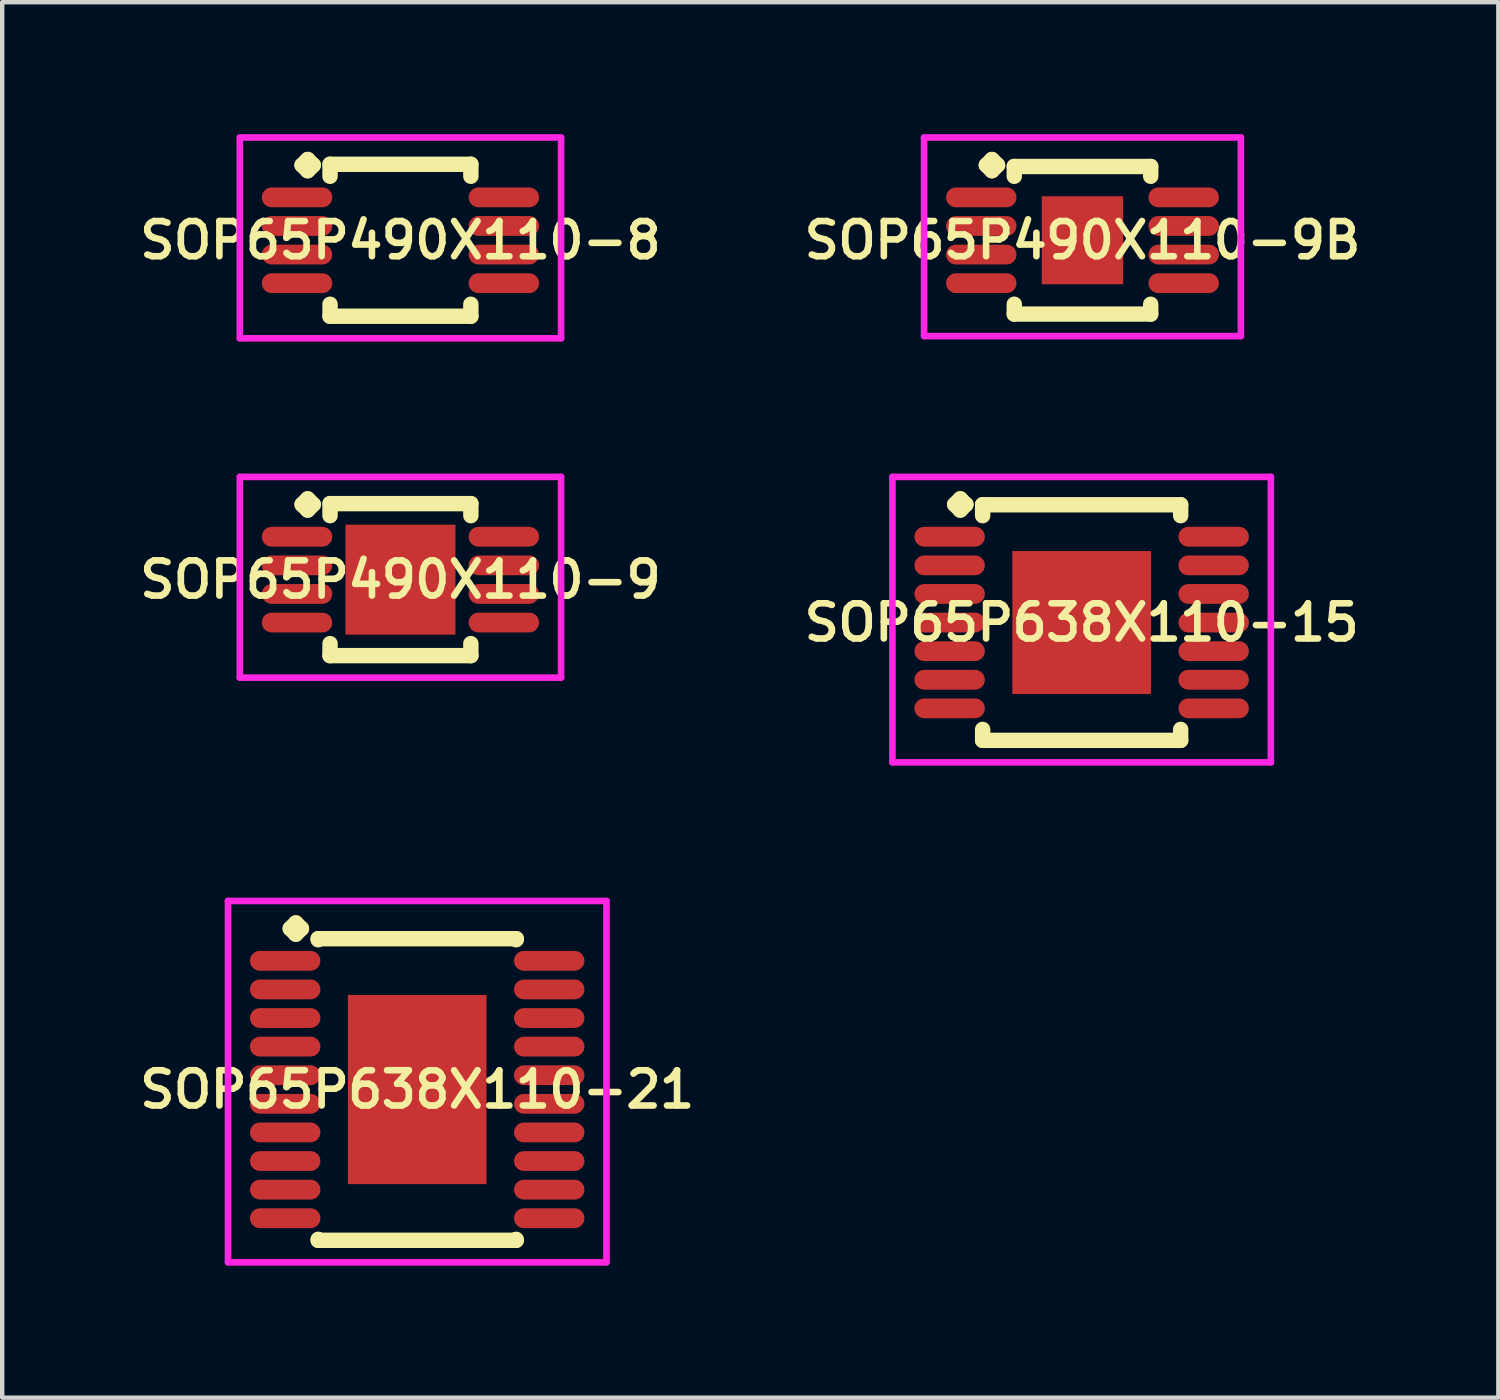
<source format=kicad_pcb>
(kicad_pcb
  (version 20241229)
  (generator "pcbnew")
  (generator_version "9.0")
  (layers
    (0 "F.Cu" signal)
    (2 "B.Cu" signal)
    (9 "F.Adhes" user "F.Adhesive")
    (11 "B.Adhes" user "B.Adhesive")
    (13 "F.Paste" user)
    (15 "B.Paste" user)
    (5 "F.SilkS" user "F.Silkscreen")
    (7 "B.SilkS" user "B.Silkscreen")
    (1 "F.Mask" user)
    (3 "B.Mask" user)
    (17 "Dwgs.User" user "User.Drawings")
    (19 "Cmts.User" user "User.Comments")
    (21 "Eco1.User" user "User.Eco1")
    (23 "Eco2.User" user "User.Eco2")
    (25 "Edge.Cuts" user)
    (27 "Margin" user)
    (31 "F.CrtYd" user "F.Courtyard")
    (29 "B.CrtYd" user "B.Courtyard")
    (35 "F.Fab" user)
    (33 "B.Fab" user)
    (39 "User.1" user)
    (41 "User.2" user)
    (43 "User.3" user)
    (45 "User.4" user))
  (footprint "SOP65P638X110-21"
    (layer "F.Cu")
    (at 6.431 21.709)
    (property "Reference" "SOP65P638X110-21" (at 0 0 0) (layer "F.SilkS") (effects (font (size 0.8 0.8) (thickness 0.15))))
    (attr smd)
    (fp_line (start -2.885 -3.658) (end -2.758 -3.785) (stroke (width 0.35) (type solid)) (layer "F.SilkS"))
    (fp_line (start -2.758 -3.785) (end -2.631 -3.658) (stroke (width 0.35) (type solid)) (layer "F.SilkS"))
    (fp_line (start -2.758 -3.531) (end -2.885 -3.658) (stroke (width 0.35) (type solid)) (layer "F.SilkS"))
    (fp_line (start -2.631 -3.658) (end -2.758 -3.531) (stroke (width 0.35) (type solid)) (layer "F.SilkS"))
    (fp_line (start -2.25 -3.427) (end 2.25 -3.427) (stroke (width 0.35) (type solid)) (layer "F.SilkS"))
    (fp_line (start -2.25 -3.404) (end -2.25 -3.427) (stroke (width 0.35) (type solid)) (layer "F.SilkS"))
    (fp_line (start -2.25 3.404) (end -2.25 3.427) (stroke (width 0.35) (type solid)) (layer "F.SilkS"))
    (fp_line (start -2.25 3.427) (end 2.25 3.427) (stroke (width 0.35) (type solid)) (layer "F.SilkS"))
    (fp_line (start 2.25 -3.427) (end 2.25 -3.404) (stroke (width 0.35) (type solid)) (layer "F.SilkS"))
    (fp_line (start 2.25 3.427) (end 2.25 3.404) (stroke (width 0.35) (type solid)) (layer "F.SilkS"))
    (fp_line (start -4.3 -4.285) (end 4.3 -4.285) (stroke (width 0.15) (type solid)) (layer "F.CrtYd"))
    (fp_line (start -4.3 3.927) (end -4.3 -4.285) (stroke (width 0.15) (type solid)) (layer "F.CrtYd"))
    (fp_line (start 4.3 -4.285) (end 4.3 3.927) (stroke (width 0.15) (type solid)) (layer "F.CrtYd"))
    (fp_line (start 4.3 3.927) (end -4.3 3.927) (stroke (width 0.15) (type solid)) (layer "F.CrtYd"))
    (pad "1" smd oval (at -3 -2.925) (size 1.6 0.45) (layers "F.Cu" "F.Mask" "F.Paste"))
    (pad "2" smd oval (at -3 -2.275) (size 1.6 0.45) (layers "F.Cu" "F.Mask" "F.Paste"))
    (pad "3" smd oval (at -3 -1.625) (size 1.6 0.45) (layers "F.Cu" "F.Mask" "F.Paste"))
    (pad "4" smd oval (at -3 -0.975) (size 1.6 0.45) (layers "F.Cu" "F.Mask" "F.Paste"))
    (pad "5" smd oval (at -3 -0.325) (size 1.6 0.45) (layers "F.Cu" "F.Mask" "F.Paste"))
    (pad "6" smd oval (at -3 0.325) (size 1.6 0.45) (layers "F.Cu" "F.Mask" "F.Paste"))
    (pad "7" smd oval (at -3 0.975) (size 1.6 0.45) (layers "F.Cu" "F.Mask" "F.Paste"))
    (pad "8" smd oval (at -3 1.625) (size 1.6 0.45) (layers "F.Cu" "F.Mask" "F.Paste"))
    (pad "9" smd oval (at -3 2.275) (size 1.6 0.45) (layers "F.Cu" "F.Mask" "F.Paste"))
    (pad "10" smd oval (at -3 2.925) (size 1.6 0.45) (layers "F.Cu" "F.Mask" "F.Paste"))
    (pad "11" smd oval (at 3 2.925) (size 1.6 0.45) (layers "F.Cu" "F.Mask" "F.Paste"))
    (pad "12" smd oval (at 3 2.275) (size 1.6 0.45) (layers "F.Cu" "F.Mask" "F.Paste"))
    (pad "13" smd oval (at 3 1.625) (size 1.6 0.45) (layers "F.Cu" "F.Mask" "F.Paste"))
    (pad "14" smd oval (at 3 0.975) (size 1.6 0.45) (layers "F.Cu" "F.Mask" "F.Paste"))
    (pad "15" smd oval (at 3 0.325) (size 1.6 0.45) (layers "F.Cu" "F.Mask" "F.Paste"))
    (pad "16" smd oval (at 3 -0.325) (size 1.6 0.45) (layers "F.Cu" "F.Mask" "F.Paste"))
    (pad "17" smd oval (at 3 -0.975) (size 1.6 0.45) (layers "F.Cu" "F.Mask" "F.Paste"))
    (pad "18" smd oval (at 3 -1.625) (size 1.6 0.45) (layers "F.Cu" "F.Mask" "F.Paste"))
    (pad "19" smd oval (at 3 -2.275) (size 1.6 0.45) (layers "F.Cu" "F.Mask" "F.Paste"))
    (pad "20" smd oval (at 3 -2.925) (size 1.6 0.45) (layers "F.Cu" "F.Mask" "F.Paste"))
    (pad "21" smd rect (at 0 0) (size 3.15 4.3) (layers "F.Cu" "F.Mask" "F.Paste")))
  (footprint "SOP65P638X110-15"
    (layer "F.Cu")
    (at 21.53 11.097)
    (property "Reference" "SOP65P638X110-15" (at 0 0 0) (layer "F.SilkS") (effects (font (size 0.8 0.8) (thickness 0.15))))
    (attr smd)
    (fp_line (start -2.885 -2.683) (end -2.758 -2.81) (stroke (width 0.35) (type solid)) (layer "F.SilkS"))
    (fp_line (start -2.758 -2.81) (end -2.631 -2.683) (stroke (width 0.35) (type solid)) (layer "F.SilkS"))
    (fp_line (start -2.758 -2.556) (end -2.885 -2.683) (stroke (width 0.35) (type solid)) (layer "F.SilkS"))
    (fp_line (start -2.631 -2.683) (end -2.758 -2.556) (stroke (width 0.35) (type solid)) (layer "F.SilkS"))
    (fp_line (start -2.25 -2.677) (end 2.25 -2.677) (stroke (width 0.35) (type solid)) (layer "F.SilkS"))
    (fp_line (start -2.25 -2.429) (end -2.25 -2.677) (stroke (width 0.35) (type solid)) (layer "F.SilkS"))
    (fp_line (start -2.25 2.429) (end -2.25 2.677) (stroke (width 0.35) (type solid)) (layer "F.SilkS"))
    (fp_line (start -2.25 2.677) (end 2.25 2.677) (stroke (width 0.35) (type solid)) (layer "F.SilkS"))
    (fp_line (start 2.25 -2.677) (end 2.25 -2.429) (stroke (width 0.35) (type solid)) (layer "F.SilkS"))
    (fp_line (start 2.25 2.677) (end 2.25 2.429) (stroke (width 0.35) (type solid)) (layer "F.SilkS"))
    (fp_line (start -4.3 -3.31) (end 4.3 -3.31) (stroke (width 0.15) (type solid)) (layer "F.CrtYd"))
    (fp_line (start -4.3 3.177) (end -4.3 -3.31) (stroke (width 0.15) (type solid)) (layer "F.CrtYd"))
    (fp_line (start 4.3 -3.31) (end 4.3 3.177) (stroke (width 0.15) (type solid)) (layer "F.CrtYd"))
    (fp_line (start 4.3 3.177) (end -4.3 3.177) (stroke (width 0.15) (type solid)) (layer "F.CrtYd"))
    (pad "1" smd oval (at -3 -1.95) (size 1.6 0.45) (layers "F.Cu" "F.Mask" "F.Paste"))
    (pad "2" smd oval (at -3 -1.3) (size 1.6 0.45) (layers "F.Cu" "F.Mask" "F.Paste"))
    (pad "3" smd oval (at -3 -0.65) (size 1.6 0.45) (layers "F.Cu" "F.Mask" "F.Paste"))
    (pad "4" smd oval (at -3 0) (size 1.6 0.45) (layers "F.Cu" "F.Mask" "F.Paste"))
    (pad "5" smd oval (at -3 0.65) (size 1.6 0.45) (layers "F.Cu" "F.Mask" "F.Paste"))
    (pad "6" smd oval (at -3 1.3) (size 1.6 0.45) (layers "F.Cu" "F.Mask" "F.Paste"))
    (pad "7" smd oval (at -3 1.95) (size 1.6 0.45) (layers "F.Cu" "F.Mask" "F.Paste"))
    (pad "8" smd oval (at 3 1.95) (size 1.6 0.45) (layers "F.Cu" "F.Mask" "F.Paste"))
    (pad "9" smd oval (at 3 1.3) (size 1.6 0.45) (layers "F.Cu" "F.Mask" "F.Paste"))
    (pad "10" smd oval (at 3 0.65) (size 1.6 0.45) (layers "F.Cu" "F.Mask" "F.Paste"))
    (pad "11" smd oval (at 3 0) (size 1.6 0.45) (layers "F.Cu" "F.Mask" "F.Paste"))
    (pad "12" smd oval (at 3 -0.65) (size 1.6 0.45) (layers "F.Cu" "F.Mask" "F.Paste"))
    (pad "13" smd oval (at 3 -1.3) (size 1.6 0.45) (layers "F.Cu" "F.Mask" "F.Paste"))
    (pad "14" smd oval (at 3 -1.95) (size 1.6 0.45) (layers "F.Cu" "F.Mask" "F.Paste"))
    (pad "15" smd rect (at 0 0) (size 3.15 3.25) (layers "F.Cu" "F.Mask" "F.Paste")))
  (footprint "SOP65P490X110-9B"
    (layer "F.Cu")
    (at 21.549 2.41)
    (property "Reference" "SOP65P490X110-9B" (at 0 0 0) (layer "F.SilkS") (effects (font (size 0.8 0.8) (thickness 0.15))))
    (attr smd)
    (fp_line (start -2.185 -1.708) (end -2.058 -1.835) (stroke (width 0.35) (type solid)) (layer "F.SilkS"))
    (fp_line (start -2.058 -1.835) (end -1.931 -1.708) (stroke (width 0.35) (type solid)) (layer "F.SilkS"))
    (fp_line (start -2.058 -1.581) (end -2.185 -1.708) (stroke (width 0.35) (type solid)) (layer "F.SilkS"))
    (fp_line (start -1.931 -1.708) (end -2.058 -1.581) (stroke (width 0.35) (type solid)) (layer "F.SilkS"))
    (fp_line (start -1.55 -1.677) (end 1.55 -1.677) (stroke (width 0.35) (type solid)) (layer "F.SilkS"))
    (fp_line (start -1.55 -1.454) (end -1.55 -1.677) (stroke (width 0.35) (type solid)) (layer "F.SilkS"))
    (fp_line (start -1.55 1.454) (end -1.55 1.677) (stroke (width 0.35) (type solid)) (layer "F.SilkS"))
    (fp_line (start -1.55 1.677) (end 1.55 1.677) (stroke (width 0.35) (type solid)) (layer "F.SilkS"))
    (fp_line (start 1.55 -1.677) (end 1.55 -1.454) (stroke (width 0.35) (type solid)) (layer "F.SilkS"))
    (fp_line (start 1.55 1.677) (end 1.55 1.454) (stroke (width 0.35) (type solid)) (layer "F.SilkS"))
    (fp_line (start -3.6 -2.335) (end 3.6 -2.335) (stroke (width 0.15) (type solid)) (layer "F.CrtYd"))
    (fp_line (start -3.6 2.177) (end -3.6 -2.335) (stroke (width 0.15) (type solid)) (layer "F.CrtYd"))
    (fp_line (start 3.6 -2.335) (end 3.6 2.177) (stroke (width 0.15) (type solid)) (layer "F.CrtYd"))
    (fp_line (start 3.6 2.177) (end -3.6 2.177) (stroke (width 0.15) (type solid)) (layer "F.CrtYd"))
    (pad "1" smd oval (at -2.3 -0.975) (size 1.6 0.45) (layers "F.Cu" "F.Mask" "F.Paste"))
    (pad "2" smd oval (at -2.3 -0.325) (size 1.6 0.45) (layers "F.Cu" "F.Mask" "F.Paste"))
    (pad "3" smd oval (at -2.3 0.325) (size 1.6 0.45) (layers "F.Cu" "F.Mask" "F.Paste"))
    (pad "4" smd oval (at -2.3 0.975) (size 1.6 0.45) (layers "F.Cu" "F.Mask" "F.Paste"))
    (pad "5" smd oval (at 2.3 0.975) (size 1.6 0.45) (layers "F.Cu" "F.Mask" "F.Paste"))
    (pad "6" smd oval (at 2.3 0.325) (size 1.6 0.45) (layers "F.Cu" "F.Mask" "F.Paste"))
    (pad "7" smd oval (at 2.3 -0.325) (size 1.6 0.45) (layers "F.Cu" "F.Mask" "F.Paste"))
    (pad "8" smd oval (at 2.3 -0.975) (size 1.6 0.45) (layers "F.Cu" "F.Mask" "F.Paste"))
    (pad "9" smd rect (at 0 0) (size 1.85 2) (layers "F.Cu" "F.Mask" "F.Paste")))
  (footprint "SOP65P490X110-8"
    (layer "F.Cu")
    (at 6.05 2.41)
    (property "Reference" "SOP65P490X110-8" (at 0 0 0) (layer "F.SilkS") (effects (font (size 0.8 0.8) (thickness 0.15))))
    (attr smd)
    (fp_line (start -2.235 -1.708) (end -2.108 -1.835) (stroke (width 0.35) (type solid)) (layer "F.SilkS"))
    (fp_line (start -2.108 -1.835) (end -1.981 -1.708) (stroke (width 0.35) (type solid)) (layer "F.SilkS"))
    (fp_line (start -2.108 -1.581) (end -2.235 -1.708) (stroke (width 0.35) (type solid)) (layer "F.SilkS"))
    (fp_line (start -1.981 -1.708) (end -2.108 -1.581) (stroke (width 0.35) (type solid)) (layer "F.SilkS"))
    (fp_line (start -1.6 -1.727) (end 1.6 -1.727) (stroke (width 0.35) (type solid)) (layer "F.SilkS"))
    (fp_line (start -1.6 -1.454) (end -1.6 -1.727) (stroke (width 0.35) (type solid)) (layer "F.SilkS"))
    (fp_line (start -1.6 1.454) (end -1.6 1.727) (stroke (width 0.35) (type solid)) (layer "F.SilkS"))
    (fp_line (start -1.6 1.727) (end 1.6 1.727) (stroke (width 0.35) (type solid)) (layer "F.SilkS"))
    (fp_line (start 1.6 -1.727) (end 1.6 -1.454) (stroke (width 0.35) (type solid)) (layer "F.SilkS"))
    (fp_line (start 1.6 1.727) (end 1.6 1.454) (stroke (width 0.35) (type solid)) (layer "F.SilkS"))
    (fp_line (start -3.65 -2.335) (end 3.65 -2.335) (stroke (width 0.15) (type solid)) (layer "F.CrtYd"))
    (fp_line (start -3.65 2.227) (end -3.65 -2.335) (stroke (width 0.15) (type solid)) (layer "F.CrtYd"))
    (fp_line (start 3.65 -2.335) (end 3.65 2.227) (stroke (width 0.15) (type solid)) (layer "F.CrtYd"))
    (fp_line (start 3.65 2.227) (end -3.65 2.227) (stroke (width 0.15) (type solid)) (layer "F.CrtYd"))
    (pad "1" smd oval (at -2.35 -0.975) (size 1.6 0.45) (layers "F.Cu" "F.Mask" "F.Paste"))
    (pad "2" smd oval (at -2.35 -0.325) (size 1.6 0.45) (layers "F.Cu" "F.Mask" "F.Paste"))
    (pad "3" smd oval (at -2.35 0.325) (size 1.6 0.45) (layers "F.Cu" "F.Mask" "F.Paste"))
    (pad "4" smd oval (at -2.35 0.975) (size 1.6 0.45) (layers "F.Cu" "F.Mask" "F.Paste"))
    (pad "5" smd oval (at 2.35 0.975) (size 1.6 0.45) (layers "F.Cu" "F.Mask" "F.Paste"))
    (pad "6" smd oval (at 2.35 0.325) (size 1.6 0.45) (layers "F.Cu" "F.Mask" "F.Paste"))
    (pad "7" smd oval (at 2.35 -0.325) (size 1.6 0.45) (layers "F.Cu" "F.Mask" "F.Paste"))
    (pad "8" smd oval (at 2.35 -0.975) (size 1.6 0.45) (layers "F.Cu" "F.Mask" "F.Paste")))
  (footprint "SOP65P490X110-9"
    (layer "F.Cu")
    (at 6.05 10.122)
    (property "Reference" "SOP65P490X110-9" (at 0 0 0) (layer "F.SilkS") (effects (font (size 0.8 0.8) (thickness 0.15))))
    (attr smd)
    (fp_line (start -2.235 -1.708) (end -2.108 -1.835) (stroke (width 0.35) (type solid)) (layer "F.SilkS"))
    (fp_line (start -2.108 -1.835) (end -1.981 -1.708) (stroke (width 0.35) (type solid)) (layer "F.SilkS"))
    (fp_line (start -2.108 -1.581) (end -2.235 -1.708) (stroke (width 0.35) (type solid)) (layer "F.SilkS"))
    (fp_line (start -1.981 -1.708) (end -2.108 -1.581) (stroke (width 0.35) (type solid)) (layer "F.SilkS"))
    (fp_line (start -1.6 -1.727) (end 1.6 -1.727) (stroke (width 0.35) (type solid)) (layer "F.SilkS"))
    (fp_line (start -1.6 -1.454) (end -1.6 -1.727) (stroke (width 0.35) (type solid)) (layer "F.SilkS"))
    (fp_line (start -1.6 1.454) (end -1.6 1.727) (stroke (width 0.35) (type solid)) (layer "F.SilkS"))
    (fp_line (start -1.6 1.727) (end 1.6 1.727) (stroke (width 0.35) (type solid)) (layer "F.SilkS"))
    (fp_line (start 1.6 -1.727) (end 1.6 -1.454) (stroke (width 0.35) (type solid)) (layer "F.SilkS"))
    (fp_line (start 1.6 1.727) (end 1.6 1.454) (stroke (width 0.35) (type solid)) (layer "F.SilkS"))
    (fp_line (start -3.65 -2.335) (end 3.65 -2.335) (stroke (width 0.15) (type solid)) (layer "F.CrtYd"))
    (fp_line (start -3.65 2.227) (end -3.65 -2.335) (stroke (width 0.15) (type solid)) (layer "F.CrtYd"))
    (fp_line (start 3.65 -2.335) (end 3.65 2.227) (stroke (width 0.15) (type solid)) (layer "F.CrtYd"))
    (fp_line (start 3.65 2.227) (end -3.65 2.227) (stroke (width 0.15) (type solid)) (layer "F.CrtYd"))
    (pad "1" smd oval (at -2.35 -0.975) (size 1.6 0.45) (layers "F.Cu" "F.Mask" "F.Paste"))
    (pad "2" smd oval (at -2.35 -0.325) (size 1.6 0.45) (layers "F.Cu" "F.Mask" "F.Paste"))
    (pad "3" smd oval (at -2.35 0.325) (size 1.6 0.45) (layers "F.Cu" "F.Mask" "F.Paste"))
    (pad "4" smd oval (at -2.35 0.975) (size 1.6 0.45) (layers "F.Cu" "F.Mask" "F.Paste"))
    (pad "5" smd oval (at 2.35 0.975) (size 1.6 0.45) (layers "F.Cu" "F.Mask" "F.Paste"))
    (pad "6" smd oval (at 2.35 0.325) (size 1.6 0.45) (layers "F.Cu" "F.Mask" "F.Paste"))
    (pad "7" smd oval (at 2.35 -0.325) (size 1.6 0.45) (layers "F.Cu" "F.Mask" "F.Paste"))
    (pad "8" smd oval (at 2.35 -0.975) (size 1.6 0.45) (layers "F.Cu" "F.Mask" "F.Paste"))
    (pad "9" smd rect (at 0 0) (size 2.5 2.5) (layers "F.Cu" "F.Mask" "F.Paste")))
  (gr_rect
    (start -3 -3)
    (end 30.999 28.711)
    (stroke (width 0.1) (type default))
    (fill no)
    (layer "Edge.Cuts")))
</source>
